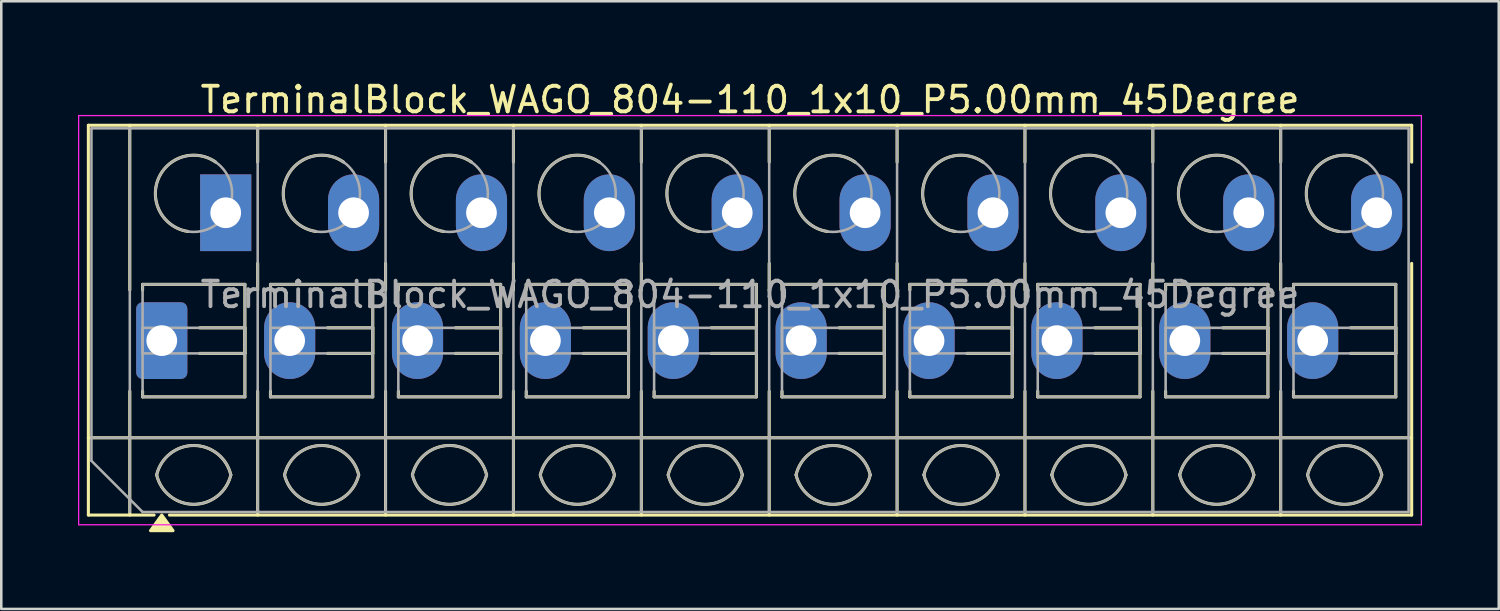
<source format=kicad_pcb>
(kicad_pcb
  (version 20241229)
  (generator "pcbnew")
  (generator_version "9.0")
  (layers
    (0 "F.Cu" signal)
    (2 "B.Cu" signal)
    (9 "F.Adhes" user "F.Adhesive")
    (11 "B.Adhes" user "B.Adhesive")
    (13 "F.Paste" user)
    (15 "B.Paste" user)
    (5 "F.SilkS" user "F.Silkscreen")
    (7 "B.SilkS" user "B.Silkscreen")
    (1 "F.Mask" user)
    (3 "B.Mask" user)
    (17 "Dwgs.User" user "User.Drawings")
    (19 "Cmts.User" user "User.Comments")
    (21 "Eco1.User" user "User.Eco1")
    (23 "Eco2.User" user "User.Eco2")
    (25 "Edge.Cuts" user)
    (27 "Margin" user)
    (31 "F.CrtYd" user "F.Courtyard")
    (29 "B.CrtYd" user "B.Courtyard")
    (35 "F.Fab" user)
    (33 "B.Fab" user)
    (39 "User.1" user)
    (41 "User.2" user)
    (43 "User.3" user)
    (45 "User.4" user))
  (footprint "TerminalBlock_WAGO_804-110_1x10_P5.00mm_45Degree"
    (layer "F.Cu")
    (at 3.275 10.268)
    (property "Reference" "TerminalBlock_WAGO_804-110_1x10_P5.00mm_45Degree" (at 23 -9.42 0) (layer "F.SilkS") (effects (font (size 1 1) (thickness 0.15))))
    (attr through_hole)
    (fp_line (start -2.87 -8.42) (end -2.87 6.82) (stroke (width 0.12) (type solid)) (layer "F.SilkS"))
    (fp_line (start -2.87 -8.42) (end 48.87 -8.42) (stroke (width 0.12) (type solid)) (layer "F.SilkS"))
    (fp_line (start -2.87 3.8) (end 48.87 3.8) (stroke (width 0.12) (type solid)) (layer "F.SilkS"))
    (fp_line (start -2.87 6.82) (end -0.3 6.82) (stroke (width 0.12) (type solid)) (layer "F.SilkS"))
    (fp_line (start -1.25 -8.42) (end -1.25 -1.98) (stroke (width 0.12) (type solid)) (layer "F.SilkS"))
    (fp_line (start -1.25 1.98) (end -1.25 6.82) (stroke (width 0.12) (type solid)) (layer "F.SilkS"))
    (fp_line (start -0.75 -2.2) (end -0.75 -1.98) (stroke (width 0.12) (type solid)) (layer "F.SilkS"))
    (fp_line (start -0.75 -2.2) (end 3.25 -2.2) (stroke (width 0.12) (type solid)) (layer "F.SilkS"))
    (fp_line (start -0.75 1.98) (end -0.75 2.2) (stroke (width 0.12) (type solid)) (layer "F.SilkS"))
    (fp_line (start -0.75 2.2) (end 3.25 2.2) (stroke (width 0.12) (type solid)) (layer "F.SilkS"))
    (fp_line (start 0.3 6.82) (end 48.87 6.82) (stroke (width 0.12) (type solid)) (layer "F.SilkS"))
    (fp_line (start 1.48 -0.5) (end 3.25 -0.5) (stroke (width 0.12) (type solid)) (layer "F.SilkS"))
    (fp_line (start 1.48 0.5) (end 3.25 0.5) (stroke (width 0.12) (type solid)) (layer "F.SilkS"))
    (fp_line (start 3.25 -2.2) (end 3.25 2.2) (stroke (width 0.12) (type solid)) (layer "F.SilkS"))
    (fp_line (start 3.25 -0.5) (end 3.25 0.5) (stroke (width 0.12) (type solid)) (layer "F.SilkS"))
    (fp_line (start 3.75 -8.42) (end 3.75 -6.98) (stroke (width 0.12) (type solid)) (layer "F.SilkS"))
    (fp_line (start 3.75 -3.02) (end 3.75 -1.98) (stroke (width 0.12) (type solid)) (layer "F.SilkS"))
    (fp_line (start 3.75 1.98) (end 3.75 6.82) (stroke (width 0.12) (type solid)) (layer "F.SilkS"))
    (fp_line (start 4.25 -2.2) (end 4.25 -1.98) (stroke (width 0.12) (type solid)) (layer "F.SilkS"))
    (fp_line (start 4.25 -2.2) (end 8.25 -2.2) (stroke (width 0.12) (type solid)) (layer "F.SilkS"))
    (fp_line (start 4.25 1.98) (end 4.25 2.2) (stroke (width 0.12) (type solid)) (layer "F.SilkS"))
    (fp_line (start 4.25 2.2) (end 8.25 2.2) (stroke (width 0.12) (type solid)) (layer "F.SilkS"))
    (fp_line (start 6.48 -0.5) (end 8.25 -0.5) (stroke (width 0.12) (type solid)) (layer "F.SilkS"))
    (fp_line (start 6.48 0.5) (end 8.25 0.5) (stroke (width 0.12) (type solid)) (layer "F.SilkS"))
    (fp_line (start 8.25 -2.2) (end 8.25 2.2) (stroke (width 0.12) (type solid)) (layer "F.SilkS"))
    (fp_line (start 8.25 -0.5) (end 8.25 0.5) (stroke (width 0.12) (type solid)) (layer "F.SilkS"))
    (fp_line (start 8.75 -8.42) (end 8.75 -6.98) (stroke (width 0.12) (type solid)) (layer "F.SilkS"))
    (fp_line (start 8.75 -3.02) (end 8.75 -1.98) (stroke (width 0.12) (type solid)) (layer "F.SilkS"))
    (fp_line (start 8.75 1.98) (end 8.75 6.82) (stroke (width 0.12) (type solid)) (layer "F.SilkS"))
    (fp_line (start 9.25 -2.2) (end 9.25 -1.98) (stroke (width 0.12) (type solid)) (layer "F.SilkS"))
    (fp_line (start 9.25 -2.2) (end 13.25 -2.2) (stroke (width 0.12) (type solid)) (layer "F.SilkS"))
    (fp_line (start 9.25 1.98) (end 9.25 2.2) (stroke (width 0.12) (type solid)) (layer "F.SilkS"))
    (fp_line (start 9.25 2.2) (end 13.25 2.2) (stroke (width 0.12) (type solid)) (layer "F.SilkS"))
    (fp_line (start 11.48 -0.5) (end 13.25 -0.5) (stroke (width 0.12) (type solid)) (layer "F.SilkS"))
    (fp_line (start 11.48 0.5) (end 13.25 0.5) (stroke (width 0.12) (type solid)) (layer "F.SilkS"))
    (fp_line (start 13.25 -2.2) (end 13.25 2.2) (stroke (width 0.12) (type solid)) (layer "F.SilkS"))
    (fp_line (start 13.25 -0.5) (end 13.25 0.5) (stroke (width 0.12) (type solid)) (layer "F.SilkS"))
    (fp_line (start 13.75 -8.42) (end 13.75 -6.98) (stroke (width 0.12) (type solid)) (layer "F.SilkS"))
    (fp_line (start 13.75 -3.02) (end 13.75 -1.98) (stroke (width 0.12) (type solid)) (layer "F.SilkS"))
    (fp_line (start 13.75 1.98) (end 13.75 6.82) (stroke (width 0.12) (type solid)) (layer "F.SilkS"))
    (fp_line (start 14.25 -2.2) (end 14.25 -1.98) (stroke (width 0.12) (type solid)) (layer "F.SilkS"))
    (fp_line (start 14.25 -2.2) (end 18.25 -2.2) (stroke (width 0.12) (type solid)) (layer "F.SilkS"))
    (fp_line (start 14.25 1.98) (end 14.25 2.2) (stroke (width 0.12) (type solid)) (layer "F.SilkS"))
    (fp_line (start 14.25 2.2) (end 18.25 2.2) (stroke (width 0.12) (type solid)) (layer "F.SilkS"))
    (fp_line (start 16.48 -0.5) (end 18.25 -0.5) (stroke (width 0.12) (type solid)) (layer "F.SilkS"))
    (fp_line (start 16.48 0.5) (end 18.25 0.5) (stroke (width 0.12) (type solid)) (layer "F.SilkS"))
    (fp_line (start 18.25 -2.2) (end 18.25 2.2) (stroke (width 0.12) (type solid)) (layer "F.SilkS"))
    (fp_line (start 18.25 -0.5) (end 18.25 0.5) (stroke (width 0.12) (type solid)) (layer "F.SilkS"))
    (fp_line (start 18.75 -8.42) (end 18.75 -6.98) (stroke (width 0.12) (type solid)) (layer "F.SilkS"))
    (fp_line (start 18.75 -3.02) (end 18.75 -1.98) (stroke (width 0.12) (type solid)) (layer "F.SilkS"))
    (fp_line (start 18.75 1.98) (end 18.75 6.82) (stroke (width 0.12) (type solid)) (layer "F.SilkS"))
    (fp_line (start 19.25 -2.2) (end 19.25 -1.98) (stroke (width 0.12) (type solid)) (layer "F.SilkS"))
    (fp_line (start 19.25 -2.2) (end 23.25 -2.2) (stroke (width 0.12) (type solid)) (layer "F.SilkS"))
    (fp_line (start 19.25 1.98) (end 19.25 2.2) (stroke (width 0.12) (type solid)) (layer "F.SilkS"))
    (fp_line (start 19.25 2.2) (end 23.25 2.2) (stroke (width 0.12) (type solid)) (layer "F.SilkS"))
    (fp_line (start 21.48 -0.5) (end 23.25 -0.5) (stroke (width 0.12) (type solid)) (layer "F.SilkS"))
    (fp_line (start 21.48 0.5) (end 23.25 0.5) (stroke (width 0.12) (type solid)) (layer "F.SilkS"))
    (fp_line (start 23.25 -2.2) (end 23.25 2.2) (stroke (width 0.12) (type solid)) (layer "F.SilkS"))
    (fp_line (start 23.25 -0.5) (end 23.25 0.5) (stroke (width 0.12) (type solid)) (layer "F.SilkS"))
    (fp_line (start 23.75 -8.42) (end 23.75 -6.98) (stroke (width 0.12) (type solid)) (layer "F.SilkS"))
    (fp_line (start 23.75 -3.02) (end 23.75 -1.98) (stroke (width 0.12) (type solid)) (layer "F.SilkS"))
    (fp_line (start 23.75 1.98) (end 23.75 6.82) (stroke (width 0.12) (type solid)) (layer "F.SilkS"))
    (fp_line (start 24.25 -2.2) (end 24.25 -1.98) (stroke (width 0.12) (type solid)) (layer "F.SilkS"))
    (fp_line (start 24.25 -2.2) (end 28.25 -2.2) (stroke (width 0.12) (type solid)) (layer "F.SilkS"))
    (fp_line (start 24.25 1.98) (end 24.25 2.2) (stroke (width 0.12) (type solid)) (layer "F.SilkS"))
    (fp_line (start 24.25 2.2) (end 28.25 2.2) (stroke (width 0.12) (type solid)) (layer "F.SilkS"))
    (fp_line (start 26.48 -0.5) (end 28.25 -0.5) (stroke (width 0.12) (type solid)) (layer "F.SilkS"))
    (fp_line (start 26.48 0.5) (end 28.25 0.5) (stroke (width 0.12) (type solid)) (layer "F.SilkS"))
    (fp_line (start 28.25 -2.2) (end 28.25 2.2) (stroke (width 0.12) (type solid)) (layer "F.SilkS"))
    (fp_line (start 28.25 -0.5) (end 28.25 0.5) (stroke (width 0.12) (type solid)) (layer "F.SilkS"))
    (fp_line (start 28.75 -8.42) (end 28.75 -6.98) (stroke (width 0.12) (type solid)) (layer "F.SilkS"))
    (fp_line (start 28.75 -3.02) (end 28.75 -1.98) (stroke (width 0.12) (type solid)) (layer "F.SilkS"))
    (fp_line (start 28.75 1.98) (end 28.75 6.82) (stroke (width 0.12) (type solid)) (layer "F.SilkS"))
    (fp_line (start 29.25 -2.2) (end 29.25 -1.98) (stroke (width 0.12) (type solid)) (layer "F.SilkS"))
    (fp_line (start 29.25 -2.2) (end 33.25 -2.2) (stroke (width 0.12) (type solid)) (layer "F.SilkS"))
    (fp_line (start 29.25 1.98) (end 29.25 2.2) (stroke (width 0.12) (type solid)) (layer "F.SilkS"))
    (fp_line (start 29.25 2.2) (end 33.25 2.2) (stroke (width 0.12) (type solid)) (layer "F.SilkS"))
    (fp_line (start 31.48 -0.5) (end 33.25 -0.5) (stroke (width 0.12) (type solid)) (layer "F.SilkS"))
    (fp_line (start 31.48 0.5) (end 33.25 0.5) (stroke (width 0.12) (type solid)) (layer "F.SilkS"))
    (fp_line (start 33.25 -2.2) (end 33.25 2.2) (stroke (width 0.12) (type solid)) (layer "F.SilkS"))
    (fp_line (start 33.25 -0.5) (end 33.25 0.5) (stroke (width 0.12) (type solid)) (layer "F.SilkS"))
    (fp_line (start 33.75 -8.42) (end 33.75 -6.98) (stroke (width 0.12) (type solid)) (layer "F.SilkS"))
    (fp_line (start 33.75 -3.02) (end 33.75 -1.98) (stroke (width 0.12) (type solid)) (layer "F.SilkS"))
    (fp_line (start 33.75 1.98) (end 33.75 6.82) (stroke (width 0.12) (type solid)) (layer "F.SilkS"))
    (fp_line (start 34.25 -2.2) (end 34.25 -1.98) (stroke (width 0.12) (type solid)) (layer "F.SilkS"))
    (fp_line (start 34.25 -2.2) (end 38.25 -2.2) (stroke (width 0.12) (type solid)) (layer "F.SilkS"))
    (fp_line (start 34.25 1.98) (end 34.25 2.2) (stroke (width 0.12) (type solid)) (layer "F.SilkS"))
    (fp_line (start 34.25 2.2) (end 38.25 2.2) (stroke (width 0.12) (type solid)) (layer "F.SilkS"))
    (fp_line (start 36.48 -0.5) (end 38.25 -0.5) (stroke (width 0.12) (type solid)) (layer "F.SilkS"))
    (fp_line (start 36.48 0.5) (end 38.25 0.5) (stroke (width 0.12) (type solid)) (layer "F.SilkS"))
    (fp_line (start 38.25 -2.2) (end 38.25 2.2) (stroke (width 0.12) (type solid)) (layer "F.SilkS"))
    (fp_line (start 38.25 -0.5) (end 38.25 0.5) (stroke (width 0.12) (type solid)) (layer "F.SilkS"))
    (fp_line (start 38.75 -8.42) (end 38.75 -6.98) (stroke (width 0.12) (type solid)) (layer "F.SilkS"))
    (fp_line (start 38.75 -3.02) (end 38.75 -1.98) (stroke (width 0.12) (type solid)) (layer "F.SilkS"))
    (fp_line (start 38.75 1.98) (end 38.75 6.82) (stroke (width 0.12) (type solid)) (layer "F.SilkS"))
    (fp_line (start 39.25 -2.2) (end 39.25 -1.98) (stroke (width 0.12) (type solid)) (layer "F.SilkS"))
    (fp_line (start 39.25 -2.2) (end 43.25 -2.2) (stroke (width 0.12) (type solid)) (layer "F.SilkS"))
    (fp_line (start 39.25 1.98) (end 39.25 2.2) (stroke (width 0.12) (type solid)) (layer "F.SilkS"))
    (fp_line (start 39.25 2.2) (end 43.25 2.2) (stroke (width 0.12) (type solid)) (layer "F.SilkS"))
    (fp_line (start 41.48 -0.5) (end 43.25 -0.5) (stroke (width 0.12) (type solid)) (layer "F.SilkS"))
    (fp_line (start 41.48 0.5) (end 43.25 0.5) (stroke (width 0.12) (type solid)) (layer "F.SilkS"))
    (fp_line (start 43.25 -2.2) (end 43.25 2.2) (stroke (width 0.12) (type solid)) (layer "F.SilkS"))
    (fp_line (start 43.25 -0.5) (end 43.25 0.5) (stroke (width 0.12) (type solid)) (layer "F.SilkS"))
    (fp_line (start 43.75 -8.42) (end 43.75 -6.98) (stroke (width 0.12) (type solid)) (layer "F.SilkS"))
    (fp_line (start 43.75 -3.02) (end 43.75 -1.98) (stroke (width 0.12) (type solid)) (layer "F.SilkS"))
    (fp_line (start 43.75 1.98) (end 43.75 6.82) (stroke (width 0.12) (type solid)) (layer "F.SilkS"))
    (fp_line (start 44.25 -2.2) (end 44.25 -1.98) (stroke (width 0.12) (type solid)) (layer "F.SilkS"))
    (fp_line (start 44.25 -2.2) (end 48.25 -2.2) (stroke (width 0.12) (type solid)) (layer "F.SilkS"))
    (fp_line (start 44.25 1.98) (end 44.25 2.2) (stroke (width 0.12) (type solid)) (layer "F.SilkS"))
    (fp_line (start 44.25 2.2) (end 48.25 2.2) (stroke (width 0.12) (type solid)) (layer "F.SilkS"))
    (fp_line (start 46.48 -0.5) (end 48.25 -0.5) (stroke (width 0.12) (type solid)) (layer "F.SilkS"))
    (fp_line (start 46.48 0.5) (end 48.25 0.5) (stroke (width 0.12) (type solid)) (layer "F.SilkS"))
    (fp_line (start 48.25 -2.2) (end 48.25 2.2) (stroke (width 0.12) (type solid)) (layer "F.SilkS"))
    (fp_line (start 48.25 -0.5) (end 48.25 0.5) (stroke (width 0.12) (type solid)) (layer "F.SilkS"))
    (fp_line (start 48.87 -8.42) (end 48.87 -6.98) (stroke (width 0.12) (type solid)) (layer "F.SilkS"))
    (fp_line (start 48.87 -3.02) (end 48.87 6.82) (stroke (width 0.12) (type solid)) (layer "F.SilkS"))
    (fp_arc (start -0.2 5.25) (mid 1.25 4.1) (end 2.7 5.25) (stroke (width 0.12) (type solid)) (layer "F.SilkS"))
    (fp_arc (start 1.02 -4.268) (mid -0.141916 -6.309209) (end 2.109 -6.98) (stroke (width 0.12) (type solid)) (layer "F.SilkS"))
    (fp_arc (start 2.7 5.25) (mid 1.25 6.4) (end -0.2 5.25) (stroke (width 0.12) (type solid)) (layer "F.SilkS"))
    (fp_arc (start 4.8 5.25) (mid 6.25 4.1) (end 7.7 5.25) (stroke (width 0.12) (type solid)) (layer "F.SilkS"))
    (fp_arc (start 6.02 -4.268) (mid 4.858084 -6.309209) (end 7.109 -6.98) (stroke (width 0.12) (type solid)) (layer "F.SilkS"))
    (fp_arc (start 7.7 5.25) (mid 6.25 6.4) (end 4.8 5.25) (stroke (width 0.12) (type solid)) (layer "F.SilkS"))
    (fp_arc (start 9.8 5.25) (mid 11.25 4.1) (end 12.7 5.25) (stroke (width 0.12) (type solid)) (layer "F.SilkS"))
    (fp_arc (start 11.02 -4.268) (mid 9.858084 -6.309209) (end 12.109 -6.98) (stroke (width 0.12) (type solid)) (layer "F.SilkS"))
    (fp_arc (start 12.7 5.25) (mid 11.25 6.4) (end 9.8 5.25) (stroke (width 0.12) (type solid)) (layer "F.SilkS"))
    (fp_arc (start 14.8 5.25) (mid 16.25 4.1) (end 17.7 5.25) (stroke (width 0.12) (type solid)) (layer "F.SilkS"))
    (fp_arc (start 16.02 -4.268) (mid 14.858084 -6.309209) (end 17.109 -6.98) (stroke (width 0.12) (type solid)) (layer "F.SilkS"))
    (fp_arc (start 17.7 5.25) (mid 16.25 6.4) (end 14.8 5.25) (stroke (width 0.12) (type solid)) (layer "F.SilkS"))
    (fp_arc (start 19.8 5.25) (mid 21.25 4.1) (end 22.7 5.25) (stroke (width 0.12) (type solid)) (layer "F.SilkS"))
    (fp_arc (start 21.02 -4.268) (mid 19.858084 -6.309209) (end 22.109 -6.98) (stroke (width 0.12) (type solid)) (layer "F.SilkS"))
    (fp_arc (start 22.7 5.25) (mid 21.25 6.4) (end 19.8 5.25) (stroke (width 0.12) (type solid)) (layer "F.SilkS"))
    (fp_arc (start 24.8 5.25) (mid 26.25 4.1) (end 27.7 5.25) (stroke (width 0.12) (type solid)) (layer "F.SilkS"))
    (fp_arc (start 26.02 -4.268) (mid 24.858084 -6.309209) (end 27.109 -6.98) (stroke (width 0.12) (type solid)) (layer "F.SilkS"))
    (fp_arc (start 27.7 5.25) (mid 26.25 6.4) (end 24.8 5.25) (stroke (width 0.12) (type solid)) (layer "F.SilkS"))
    (fp_arc (start 29.8 5.25) (mid 31.25 4.1) (end 32.7 5.25) (stroke (width 0.12) (type solid)) (layer "F.SilkS"))
    (fp_arc (start 31.02 -4.268) (mid 29.858084 -6.309209) (end 32.109 -6.98) (stroke (width 0.12) (type solid)) (layer "F.SilkS"))
    (fp_arc (start 32.7 5.25) (mid 31.25 6.4) (end 29.8 5.25) (stroke (width 0.12) (type solid)) (layer "F.SilkS"))
    (fp_arc (start 34.8 5.25) (mid 36.25 4.1) (end 37.7 5.25) (stroke (width 0.12) (type solid)) (layer "F.SilkS"))
    (fp_arc (start 36.02 -4.268) (mid 34.858084 -6.309209) (end 37.109 -6.98) (stroke (width 0.12) (type solid)) (layer "F.SilkS"))
    (fp_arc (start 37.7 5.25) (mid 36.25 6.4) (end 34.8 5.25) (stroke (width 0.12) (type solid)) (layer "F.SilkS"))
    (fp_arc (start 39.8 5.25) (mid 41.25 4.1) (end 42.7 5.25) (stroke (width 0.12) (type solid)) (layer "F.SilkS"))
    (fp_arc (start 41.02 -4.268) (mid 39.858084 -6.309209) (end 42.109 -6.98) (stroke (width 0.12) (type solid)) (layer "F.SilkS"))
    (fp_arc (start 42.7 5.25) (mid 41.25 6.4) (end 39.8 5.25) (stroke (width 0.12) (type solid)) (layer "F.SilkS"))
    (fp_arc (start 44.8 5.25) (mid 46.25 4.1) (end 47.7 5.25) (stroke (width 0.12) (type solid)) (layer "F.SilkS"))
    (fp_arc (start 46.02 -4.268) (mid 44.858084 -6.309209) (end 47.109 -6.98) (stroke (width 0.12) (type solid)) (layer "F.SilkS"))
    (fp_arc (start 47.7 5.25) (mid 46.25 6.4) (end 44.8 5.25) (stroke (width 0.12) (type solid)) (layer "F.SilkS"))
    (fp_poly (pts (xy 0 6.82) (xy 0.44 7.43) (xy -0.44 7.43)) (stroke (width 0.12) (type solid)) (fill yes) (layer "F.SilkS"))
    (fp_line (start -3.25 -8.8) (end -3.25 7.2) (stroke (width 0.05) (type solid)) (layer "F.CrtYd"))
    (fp_line (start -3.25 7.2) (end 49.25 7.2) (stroke (width 0.05) (type solid)) (layer "F.CrtYd"))
    (fp_line (start 49.25 -8.8) (end -3.25 -8.8) (stroke (width 0.05) (type solid)) (layer "F.CrtYd"))
    (fp_line (start 49.25 7.2) (end 49.25 -8.8) (stroke (width 0.05) (type solid)) (layer "F.CrtYd"))
    (fp_line (start -2.75 -8.3) (end 48.75 -8.3) (stroke (width 0.1) (type solid)) (layer "F.Fab"))
    (fp_line (start -2.75 3.8) (end 48.75 3.8) (stroke (width 0.1) (type solid)) (layer "F.Fab"))
    (fp_line (start -2.75 4.7) (end -2.75 -8.3) (stroke (width 0.1) (type solid)) (layer "F.Fab"))
    (fp_line (start -1.25 -8.3) (end -1.25 6.7) (stroke (width 0.1) (type solid)) (layer "F.Fab"))
    (fp_line (start -0.75 -2.2) (end -0.75 2.2) (stroke (width 0.1) (type solid)) (layer "F.Fab"))
    (fp_line (start -0.75 -0.5) (end -0.75 0.5) (stroke (width 0.1) (type solid)) (layer "F.Fab"))
    (fp_line (start -0.75 0.5) (end 3.25 0.5) (stroke (width 0.1) (type solid)) (layer "F.Fab"))
    (fp_line (start -0.75 2.2) (end 3.25 2.2) (stroke (width 0.1) (type solid)) (layer "F.Fab"))
    (fp_line (start -0.75 6.7) (end -2.75 4.7) (stroke (width 0.1) (type solid)) (layer "F.Fab"))
    (fp_line (start 3.25 -2.2) (end -0.75 -2.2) (stroke (width 0.1) (type solid)) (layer "F.Fab"))
    (fp_line (start 3.25 -0.5) (end -0.75 -0.5) (stroke (width 0.1) (type solid)) (layer "F.Fab"))
    (fp_line (start 3.25 0.5) (end 3.25 -0.5) (stroke (width 0.1) (type solid)) (layer "F.Fab"))
    (fp_line (start 3.25 2.2) (end 3.25 -2.2) (stroke (width 0.1) (type solid)) (layer "F.Fab"))
    (fp_line (start 3.75 -8.3) (end 3.75 6.7) (stroke (width 0.1) (type solid)) (layer "F.Fab"))
    (fp_line (start 4.25 -2.2) (end 4.25 2.2) (stroke (width 0.1) (type solid)) (layer "F.Fab"))
    (fp_line (start 4.25 -0.5) (end 4.25 0.5) (stroke (width 0.1) (type solid)) (layer "F.Fab"))
    (fp_line (start 4.25 0.5) (end 8.25 0.5) (stroke (width 0.1) (type solid)) (layer "F.Fab"))
    (fp_line (start 4.25 2.2) (end 8.25 2.2) (stroke (width 0.1) (type solid)) (layer "F.Fab"))
    (fp_line (start 8.25 -2.2) (end 4.25 -2.2) (stroke (width 0.1) (type solid)) (layer "F.Fab"))
    (fp_line (start 8.25 -0.5) (end 4.25 -0.5) (stroke (width 0.1) (type solid)) (layer "F.Fab"))
    (fp_line (start 8.25 0.5) (end 8.25 -0.5) (stroke (width 0.1) (type solid)) (layer "F.Fab"))
    (fp_line (start 8.25 2.2) (end 8.25 -2.2) (stroke (width 0.1) (type solid)) (layer "F.Fab"))
    (fp_line (start 8.75 -8.3) (end 8.75 6.7) (stroke (width 0.1) (type solid)) (layer "F.Fab"))
    (fp_line (start 9.25 -2.2) (end 9.25 2.2) (stroke (width 0.1) (type solid)) (layer "F.Fab"))
    (fp_line (start 9.25 -0.5) (end 9.25 0.5) (stroke (width 0.1) (type solid)) (layer "F.Fab"))
    (fp_line (start 9.25 0.5) (end 13.25 0.5) (stroke (width 0.1) (type solid)) (layer "F.Fab"))
    (fp_line (start 9.25 2.2) (end 13.25 2.2) (stroke (width 0.1) (type solid)) (layer "F.Fab"))
    (fp_line (start 13.25 -2.2) (end 9.25 -2.2) (stroke (width 0.1) (type solid)) (layer "F.Fab"))
    (fp_line (start 13.25 -0.5) (end 9.25 -0.5) (stroke (width 0.1) (type solid)) (layer "F.Fab"))
    (fp_line (start 13.25 0.5) (end 13.25 -0.5) (stroke (width 0.1) (type solid)) (layer "F.Fab"))
    (fp_line (start 13.25 2.2) (end 13.25 -2.2) (stroke (width 0.1) (type solid)) (layer "F.Fab"))
    (fp_line (start 13.75 -8.3) (end 13.75 6.7) (stroke (width 0.1) (type solid)) (layer "F.Fab"))
    (fp_line (start 14.25 -2.2) (end 14.25 2.2) (stroke (width 0.1) (type solid)) (layer "F.Fab"))
    (fp_line (start 14.25 -0.5) (end 14.25 0.5) (stroke (width 0.1) (type solid)) (layer "F.Fab"))
    (fp_line (start 14.25 0.5) (end 18.25 0.5) (stroke (width 0.1) (type solid)) (layer "F.Fab"))
    (fp_line (start 14.25 2.2) (end 18.25 2.2) (stroke (width 0.1) (type solid)) (layer "F.Fab"))
    (fp_line (start 18.25 -2.2) (end 14.25 -2.2) (stroke (width 0.1) (type solid)) (layer "F.Fab"))
    (fp_line (start 18.25 -0.5) (end 14.25 -0.5) (stroke (width 0.1) (type solid)) (layer "F.Fab"))
    (fp_line (start 18.25 0.5) (end 18.25 -0.5) (stroke (width 0.1) (type solid)) (layer "F.Fab"))
    (fp_line (start 18.25 2.2) (end 18.25 -2.2) (stroke (width 0.1) (type solid)) (layer "F.Fab"))
    (fp_line (start 18.75 -8.3) (end 18.75 6.7) (stroke (width 0.1) (type solid)) (layer "F.Fab"))
    (fp_line (start 19.25 -2.2) (end 19.25 2.2) (stroke (width 0.1) (type solid)) (layer "F.Fab"))
    (fp_line (start 19.25 -0.5) (end 19.25 0.5) (stroke (width 0.1) (type solid)) (layer "F.Fab"))
    (fp_line (start 19.25 0.5) (end 23.25 0.5) (stroke (width 0.1) (type solid)) (layer "F.Fab"))
    (fp_line (start 19.25 2.2) (end 23.25 2.2) (stroke (width 0.1) (type solid)) (layer "F.Fab"))
    (fp_line (start 23.25 -2.2) (end 19.25 -2.2) (stroke (width 0.1) (type solid)) (layer "F.Fab"))
    (fp_line (start 23.25 -0.5) (end 19.25 -0.5) (stroke (width 0.1) (type solid)) (layer "F.Fab"))
    (fp_line (start 23.25 0.5) (end 23.25 -0.5) (stroke (width 0.1) (type solid)) (layer "F.Fab"))
    (fp_line (start 23.25 2.2) (end 23.25 -2.2) (stroke (width 0.1) (type solid)) (layer "F.Fab"))
    (fp_line (start 23.75 -8.3) (end 23.75 6.7) (stroke (width 0.1) (type solid)) (layer "F.Fab"))
    (fp_line (start 24.25 -2.2) (end 24.25 2.2) (stroke (width 0.1) (type solid)) (layer "F.Fab"))
    (fp_line (start 24.25 -0.5) (end 24.25 0.5) (stroke (width 0.1) (type solid)) (layer "F.Fab"))
    (fp_line (start 24.25 0.5) (end 28.25 0.5) (stroke (width 0.1) (type solid)) (layer "F.Fab"))
    (fp_line (start 24.25 2.2) (end 28.25 2.2) (stroke (width 0.1) (type solid)) (layer "F.Fab"))
    (fp_line (start 28.25 -2.2) (end 24.25 -2.2) (stroke (width 0.1) (type solid)) (layer "F.Fab"))
    (fp_line (start 28.25 -0.5) (end 24.25 -0.5) (stroke (width 0.1) (type solid)) (layer "F.Fab"))
    (fp_line (start 28.25 0.5) (end 28.25 -0.5) (stroke (width 0.1) (type solid)) (layer "F.Fab"))
    (fp_line (start 28.25 2.2) (end 28.25 -2.2) (stroke (width 0.1) (type solid)) (layer "F.Fab"))
    (fp_line (start 28.75 -8.3) (end 28.75 6.7) (stroke (width 0.1) (type solid)) (layer "F.Fab"))
    (fp_line (start 29.25 -2.2) (end 29.25 2.2) (stroke (width 0.1) (type solid)) (layer "F.Fab"))
    (fp_line (start 29.25 -0.5) (end 29.25 0.5) (stroke (width 0.1) (type solid)) (layer "F.Fab"))
    (fp_line (start 29.25 0.5) (end 33.25 0.5) (stroke (width 0.1) (type solid)) (layer "F.Fab"))
    (fp_line (start 29.25 2.2) (end 33.25 2.2) (stroke (width 0.1) (type solid)) (layer "F.Fab"))
    (fp_line (start 33.25 -2.2) (end 29.25 -2.2) (stroke (width 0.1) (type solid)) (layer "F.Fab"))
    (fp_line (start 33.25 -0.5) (end 29.25 -0.5) (stroke (width 0.1) (type solid)) (layer "F.Fab"))
    (fp_line (start 33.25 0.5) (end 33.25 -0.5) (stroke (width 0.1) (type solid)) (layer "F.Fab"))
    (fp_line (start 33.25 2.2) (end 33.25 -2.2) (stroke (width 0.1) (type solid)) (layer "F.Fab"))
    (fp_line (start 33.75 -8.3) (end 33.75 6.7) (stroke (width 0.1) (type solid)) (layer "F.Fab"))
    (fp_line (start 34.25 -2.2) (end 34.25 2.2) (stroke (width 0.1) (type solid)) (layer "F.Fab"))
    (fp_line (start 34.25 -0.5) (end 34.25 0.5) (stroke (width 0.1) (type solid)) (layer "F.Fab"))
    (fp_line (start 34.25 0.5) (end 38.25 0.5) (stroke (width 0.1) (type solid)) (layer "F.Fab"))
    (fp_line (start 34.25 2.2) (end 38.25 2.2) (stroke (width 0.1) (type solid)) (layer "F.Fab"))
    (fp_line (start 38.25 -2.2) (end 34.25 -2.2) (stroke (width 0.1) (type solid)) (layer "F.Fab"))
    (fp_line (start 38.25 -0.5) (end 34.25 -0.5) (stroke (width 0.1) (type solid)) (layer "F.Fab"))
    (fp_line (start 38.25 0.5) (end 38.25 -0.5) (stroke (width 0.1) (type solid)) (layer "F.Fab"))
    (fp_line (start 38.25 2.2) (end 38.25 -2.2) (stroke (width 0.1) (type solid)) (layer "F.Fab"))
    (fp_line (start 38.75 -8.3) (end 38.75 6.7) (stroke (width 0.1) (type solid)) (layer "F.Fab"))
    (fp_line (start 39.25 -2.2) (end 39.25 2.2) (stroke (width 0.1) (type solid)) (layer "F.Fab"))
    (fp_line (start 39.25 -0.5) (end 39.25 0.5) (stroke (width 0.1) (type solid)) (layer "F.Fab"))
    (fp_line (start 39.25 0.5) (end 43.25 0.5) (stroke (width 0.1) (type solid)) (layer "F.Fab"))
    (fp_line (start 39.25 2.2) (end 43.25 2.2) (stroke (width 0.1) (type solid)) (layer "F.Fab"))
    (fp_line (start 43.25 -2.2) (end 39.25 -2.2) (stroke (width 0.1) (type solid)) (layer "F.Fab"))
    (fp_line (start 43.25 -0.5) (end 39.25 -0.5) (stroke (width 0.1) (type solid)) (layer "F.Fab"))
    (fp_line (start 43.25 0.5) (end 43.25 -0.5) (stroke (width 0.1) (type solid)) (layer "F.Fab"))
    (fp_line (start 43.25 2.2) (end 43.25 -2.2) (stroke (width 0.1) (type solid)) (layer "F.Fab"))
    (fp_line (start 43.75 -8.3) (end 43.75 6.7) (stroke (width 0.1) (type solid)) (layer "F.Fab"))
    (fp_line (start 44.25 -2.2) (end 44.25 2.2) (stroke (width 0.1) (type solid)) (layer "F.Fab"))
    (fp_line (start 44.25 -0.5) (end 44.25 0.5) (stroke (width 0.1) (type solid)) (layer "F.Fab"))
    (fp_line (start 44.25 0.5) (end 48.25 0.5) (stroke (width 0.1) (type solid)) (layer "F.Fab"))
    (fp_line (start 44.25 2.2) (end 48.25 2.2) (stroke (width 0.1) (type solid)) (layer "F.Fab"))
    (fp_line (start 48.25 -2.2) (end 44.25 -2.2) (stroke (width 0.1) (type solid)) (layer "F.Fab"))
    (fp_line (start 48.25 -0.5) (end 44.25 -0.5) (stroke (width 0.1) (type solid)) (layer "F.Fab"))
    (fp_line (start 48.25 0.5) (end 48.25 -0.5) (stroke (width 0.1) (type solid)) (layer "F.Fab"))
    (fp_line (start 48.25 2.2) (end 48.25 -2.2) (stroke (width 0.1) (type solid)) (layer "F.Fab"))
    (fp_line (start 48.75 -8.3) (end 48.75 6.7) (stroke (width 0.1) (type solid)) (layer "F.Fab"))
    (fp_line (start 48.75 6.7) (end -0.75 6.7) (stroke (width 0.1) (type solid)) (layer "F.Fab"))
    (fp_arc (start -0.2 5.25) (mid 1.25 4.1) (end 2.7 5.25) (stroke (width 0.1) (type solid)) (layer "F.Fab"))
    (fp_arc (start 2.7 5.25) (mid 1.25 6.4) (end -0.2 5.25) (stroke (width 0.1) (type solid)) (layer "F.Fab"))
    (fp_arc (start 4.8 5.25) (mid 6.25 4.1) (end 7.7 5.25) (stroke (width 0.1) (type solid)) (layer "F.Fab"))
    (fp_arc (start 7.7 5.25) (mid 6.25 6.4) (end 4.8 5.25) (stroke (width 0.1) (type solid)) (layer "F.Fab"))
    (fp_arc (start 9.8 5.25) (mid 11.25 4.1) (end 12.7 5.25) (stroke (width 0.1) (type solid)) (layer "F.Fab"))
    (fp_arc (start 12.7 5.25) (mid 11.25 6.4) (end 9.8 5.25) (stroke (width 0.1) (type solid)) (layer "F.Fab"))
    (fp_arc (start 14.8 5.25) (mid 16.25 4.1) (end 17.7 5.25) (stroke (width 0.1) (type solid)) (layer "F.Fab"))
    (fp_arc (start 17.7 5.25) (mid 16.25 6.4) (end 14.8 5.25) (stroke (width 0.1) (type solid)) (layer "F.Fab"))
    (fp_arc (start 19.8 5.25) (mid 21.25 4.1) (end 22.7 5.25) (stroke (width 0.1) (type solid)) (layer "F.Fab"))
    (fp_arc (start 22.7 5.25) (mid 21.25 6.4) (end 19.8 5.25) (stroke (width 0.1) (type solid)) (layer "F.Fab"))
    (fp_arc (start 24.8 5.25) (mid 26.25 4.1) (end 27.7 5.25) (stroke (width 0.1) (type solid)) (layer "F.Fab"))
    (fp_arc (start 27.7 5.25) (mid 26.25 6.4) (end 24.8 5.25) (stroke (width 0.1) (type solid)) (layer "F.Fab"))
    (fp_arc (start 29.8 5.25) (mid 31.25 4.1) (end 32.7 5.25) (stroke (width 0.1) (type solid)) (layer "F.Fab"))
    (fp_arc (start 32.7 5.25) (mid 31.25 6.4) (end 29.8 5.25) (stroke (width 0.1) (type solid)) (layer "F.Fab"))
    (fp_arc (start 34.8 5.25) (mid 36.25 4.1) (end 37.7 5.25) (stroke (width 0.1) (type solid)) (layer "F.Fab"))
    (fp_arc (start 37.7 5.25) (mid 36.25 6.4) (end 34.8 5.25) (stroke (width 0.1) (type solid)) (layer "F.Fab"))
    (fp_arc (start 39.8 5.25) (mid 41.25 4.1) (end 42.7 5.25) (stroke (width 0.1) (type solid)) (layer "F.Fab"))
    (fp_arc (start 42.7 5.25) (mid 41.25 6.4) (end 39.8 5.25) (stroke (width 0.1) (type solid)) (layer "F.Fab"))
    (fp_arc (start 44.8 5.25) (mid 46.25 4.1) (end 47.7 5.25) (stroke (width 0.1) (type solid)) (layer "F.Fab"))
    (fp_arc (start 47.7 5.25) (mid 46.25 6.4) (end 44.8 5.25) (stroke (width 0.1) (type solid)) (layer "F.Fab"))
    (fp_circle (center 1.25 -5.75) (end 2.75 -5.75) (stroke (width 0.1) (type solid)) (fill no) (layer "F.Fab"))
    (fp_circle (center 6.25 -5.75) (end 7.75 -5.75) (stroke (width 0.1) (type solid)) (fill no) (layer "F.Fab"))
    (fp_circle (center 11.25 -5.75) (end 12.75 -5.75) (stroke (width 0.1) (type solid)) (fill no) (layer "F.Fab"))
    (fp_circle (center 16.25 -5.75) (end 17.75 -5.75) (stroke (width 0.1) (type solid)) (fill no) (layer "F.Fab"))
    (fp_circle (center 21.25 -5.75) (end 22.75 -5.75) (stroke (width 0.1) (type solid)) (fill no) (layer "F.Fab"))
    (fp_circle (center 26.25 -5.75) (end 27.75 -5.75) (stroke (width 0.1) (type solid)) (fill no) (layer "F.Fab"))
    (fp_circle (center 31.25 -5.75) (end 32.75 -5.75) (stroke (width 0.1) (type solid)) (fill no) (layer "F.Fab"))
    (fp_circle (center 36.25 -5.75) (end 37.75 -5.75) (stroke (width 0.1) (type solid)) (fill no) (layer "F.Fab"))
    (fp_circle (center 41.25 -5.75) (end 42.75 -5.75) (stroke (width 0.1) (type solid)) (fill no) (layer "F.Fab"))
    (fp_circle (center 46.25 -5.75) (end 47.75 -5.75) (stroke (width 0.1) (type solid)) (fill no) (layer "F.Fab"))
    (fp_text user "${REFERENCE}" (at 23 -1.8 0) (layer "F.Fab") (effects (font (size 1 1) (thickness 0.15))))
    (pad "1" thru_hole roundrect (at 0 0) (size 2 3) (drill 1.2) (layers "*.Cu" "*.Mask") (roundrect_rratio 0.125))
    (pad "1" thru_hole rect (at 2.5 -5) (size 2 3) (drill 1.2) (layers "*.Cu" "*.Mask"))
    (pad "2" thru_hole oval (at 5 0) (size 2 3) (drill 1.2) (layers "*.Cu" "*.Mask"))
    (pad "2" thru_hole oval (at 7.5 -5) (size 2 3) (drill 1.2) (layers "*.Cu" "*.Mask"))
    (pad "3" thru_hole oval (at 10 0) (size 2 3) (drill 1.2) (layers "*.Cu" "*.Mask"))
    (pad "3" thru_hole oval (at 12.5 -5) (size 2 3) (drill 1.2) (layers "*.Cu" "*.Mask"))
    (pad "4" thru_hole oval (at 15 0) (size 2 3) (drill 1.2) (layers "*.Cu" "*.Mask"))
    (pad "4" thru_hole oval (at 17.5 -5) (size 2 3) (drill 1.2) (layers "*.Cu" "*.Mask"))
    (pad "5" thru_hole oval (at 20 0) (size 2 3) (drill 1.2) (layers "*.Cu" "*.Mask"))
    (pad "5" thru_hole oval (at 22.5 -5) (size 2 3) (drill 1.2) (layers "*.Cu" "*.Mask"))
    (pad "6" thru_hole oval (at 25 0) (size 2 3) (drill 1.2) (layers "*.Cu" "*.Mask"))
    (pad "6" thru_hole oval (at 27.5 -5) (size 2 3) (drill 1.2) (layers "*.Cu" "*.Mask"))
    (pad "7" thru_hole oval (at 30 0) (size 2 3) (drill 1.2) (layers "*.Cu" "*.Mask"))
    (pad "7" thru_hole oval (at 32.5 -5) (size 2 3) (drill 1.2) (layers "*.Cu" "*.Mask"))
    (pad "8" thru_hole oval (at 35 0) (size 2 3) (drill 1.2) (layers "*.Cu" "*.Mask"))
    (pad "8" thru_hole oval (at 37.5 -5) (size 2 3) (drill 1.2) (layers "*.Cu" "*.Mask"))
    (pad "9" thru_hole oval (at 40 0) (size 2 3) (drill 1.2) (layers "*.Cu" "*.Mask"))
    (pad "9" thru_hole oval (at 42.5 -5) (size 2 3) (drill 1.2) (layers "*.Cu" "*.Mask"))
    (pad "10" thru_hole oval (at 45 0) (size 2 3) (drill 1.2) (layers "*.Cu" "*.Mask"))
    (pad "10" thru_hole oval (at 47.5 -5) (size 2 3) (drill 1.2) (layers "*.Cu" "*.Mask")))
  (gr_rect
    (start -3 -3)
    (end 55.55 20.758)
    (stroke (width 0.1) (type default))
    (fill no)
    (layer "Edge.Cuts")))
</source>
